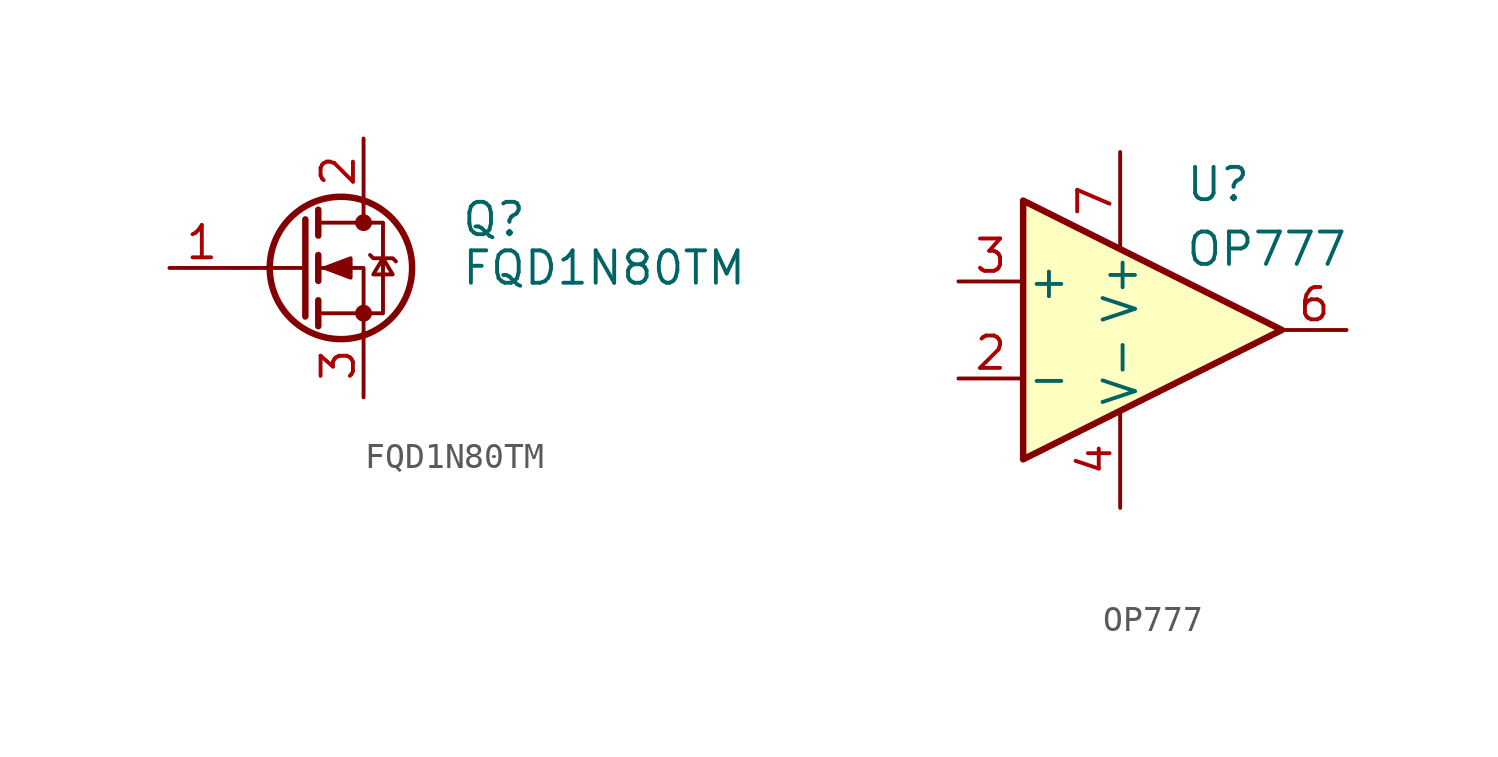
<source format=kicad_sym>
(kicad_symbol_lib
  (version 20211014)
  (generator kicad_symbol_editor)
  (symbol "FQD1N80TM"
    (pin_names hide)
    (property "Reference" "Q"
      (at 6.35 1.905 0)
      (effects (font (size 1.27 1.27)) (justify left)))
    (property "Value" "FQD1N80TM"
      (at 6.35 0 0)
      (effects (font (size 1.27 1.27)) (justify left)))
    (symbol "FQD1N80TM_0_1"
      (polyline (pts (xy 0.254 0) (xy -2.54 0)) (stroke (width 0) (type default) (color 0 0 0 0)) (fill (type none)))
      (polyline (pts (xy 0.254 1.905) (xy 0.254 -1.905)) (stroke (width 0.254) (type default) (color 0 0 0 0)) (fill (type none)))
      (polyline (pts (xy 0.762 -1.27) (xy 0.762 -2.286)) (stroke (width 0.254) (type default) (color 0 0 0 0)) (fill (type none)))
      (polyline (pts (xy 0.762 0.508) (xy 0.762 -0.508)) (stroke (width 0.254) (type default) (color 0 0 0 0)) (fill (type none)))
      (polyline (pts (xy 0.762 2.286) (xy 0.762 1.27)) (stroke (width 0.254) (type default) (color 0 0 0 0)) (fill (type none)))
      (polyline (pts (xy 2.54 2.54) (xy 2.54 1.778)) (stroke (width 0) (type default) (color 0 0 0 0)) (fill (type none)))
      (polyline (pts (xy 2.54 -2.54) (xy 2.54 0) (xy 0.762 0)) (stroke (width 0) (type default) (color 0 0 0 0)) (fill (type none)))
      (polyline (pts (xy 0.762 -1.778) (xy 3.302 -1.778) (xy 3.302 1.778) (xy 0.762 1.778)) (stroke (width 0) (type default) (color 0 0 0 0)) (fill (type none)))
      (polyline (pts (xy 1.016 0) (xy 2.032 0.381) (xy 2.032 -0.381) (xy 1.016 0)) (stroke (width 0) (type default) (color 0 0 0 0)) (fill (type outline)))
      (polyline (pts (xy 2.794 0.508) (xy 2.921 0.381) (xy 3.683 0.381) (xy 3.81 0.254)) (stroke (width 0) (type default) (color 0 0 0 0)) (fill (type none)))
      (polyline (pts (xy 3.302 0.381) (xy 2.921 -0.254) (xy 3.683 -0.254) (xy 3.302 0.381)) (stroke (width 0) (type default) (color 0 0 0 0)) (fill (type none)))
      (circle (center 1.651 0) (radius 2.794) (stroke (width 0.254) (type default) (color 0 0 0 0)) (fill (type none)))
      (circle (center 2.54 -1.778) (radius 0.254) (stroke (width 0) (type default) (color 0 0 0 0)) (fill (type outline)))
      (circle (center 2.54 1.778) (radius 0.254) (stroke (width 0) (type default) (color 0 0 0 0)) (fill (type outline))))
    (symbol "FQD1N80TM_1_1"
      (pin input line (at -5.08 0 0) (length 2.54) (name "G" (effects (font (size 1.27 1.27)))) (number "1" (effects (font (size 1.27 1.27)))))
      (pin passive line (at 2.54 5.08 270) (length 2.54) (name "D" (effects (font (size 1.27 1.27)))) (number "2" (effects (font (size 1.27 1.27)))))
      (pin passive line (at 2.54 -5.08 90) (length 2.54) (name "S" (effects (font (size 1.27 1.27)))) (number "3" (effects (font (size 1.27 1.27)))))))
  (symbol "OP777"
    (pin_names
      (offset 0.127))
    (property "Reference" "U"
      (at 1.27 5.715 0)
      (effects (font (size 1.27 1.27)) (justify left)))
    (property "Value" "OP777"
      (at 1.27 3.175 0)
      (effects (font (size 1.27 1.27)) (justify left)))
    (symbol "OP777_0_1"
      (polyline (pts (xy -5.08 5.08) (xy 5.08 0) (xy -5.08 -5.08) (xy -5.08 5.08)) (stroke (width 0.254) (type default) (color 0 0 0 0)) (fill (type background))))
    (symbol "OP777_1_1"
      (pin no_connect line (at -2.54 -8.89 90) (length 5.08) hide (name "" (effects (font (size 0.508 0.508)))) (number "1" (effects (font (size 1.27 1.27)))))
      (pin input line (at -7.62 -1.905 0) (length 2.54) (name "-" (effects (font (size 1.27 1.27)))) (number "2" (effects (font (size 1.27 1.27)))))
      (pin input line (at -7.62 1.905 0) (length 2.54) (name "+" (effects (font (size 1.27 1.27)))) (number "3" (effects (font (size 1.27 1.27)))))
      (pin power_in line (at -1.27 -6.985 90) (length 3.81) (name "V-" (effects (font (size 1.27 1.27)))) (number "4" (effects (font (size 1.27 1.27)))))
      (pin no_connect line (at -2.54 6.35 270) (length 2.54) hide (name "NC" (effects (font (size 1.27 1.27)))) (number "5" (effects (font (size 1.27 1.27)))))
      (pin output line (at 7.62 0 180) (length 2.54) (name "~" (effects (font (size 1.27 1.27)))) (number "6" (effects (font (size 1.27 1.27)))))
      (pin power_in line (at -1.27 6.985 270) (length 3.81) (name "V+" (effects (font (size 1.27 1.27)))) (number "7" (effects (font (size 1.27 1.27)))))
      (pin no_connect line (at 2.54 -7.62 90) (length 6.35) hide (name "" (effects (font (size 0.508 0.508)))) (number "8" (effects (font (size 1.27 1.27))))))))
</source>
